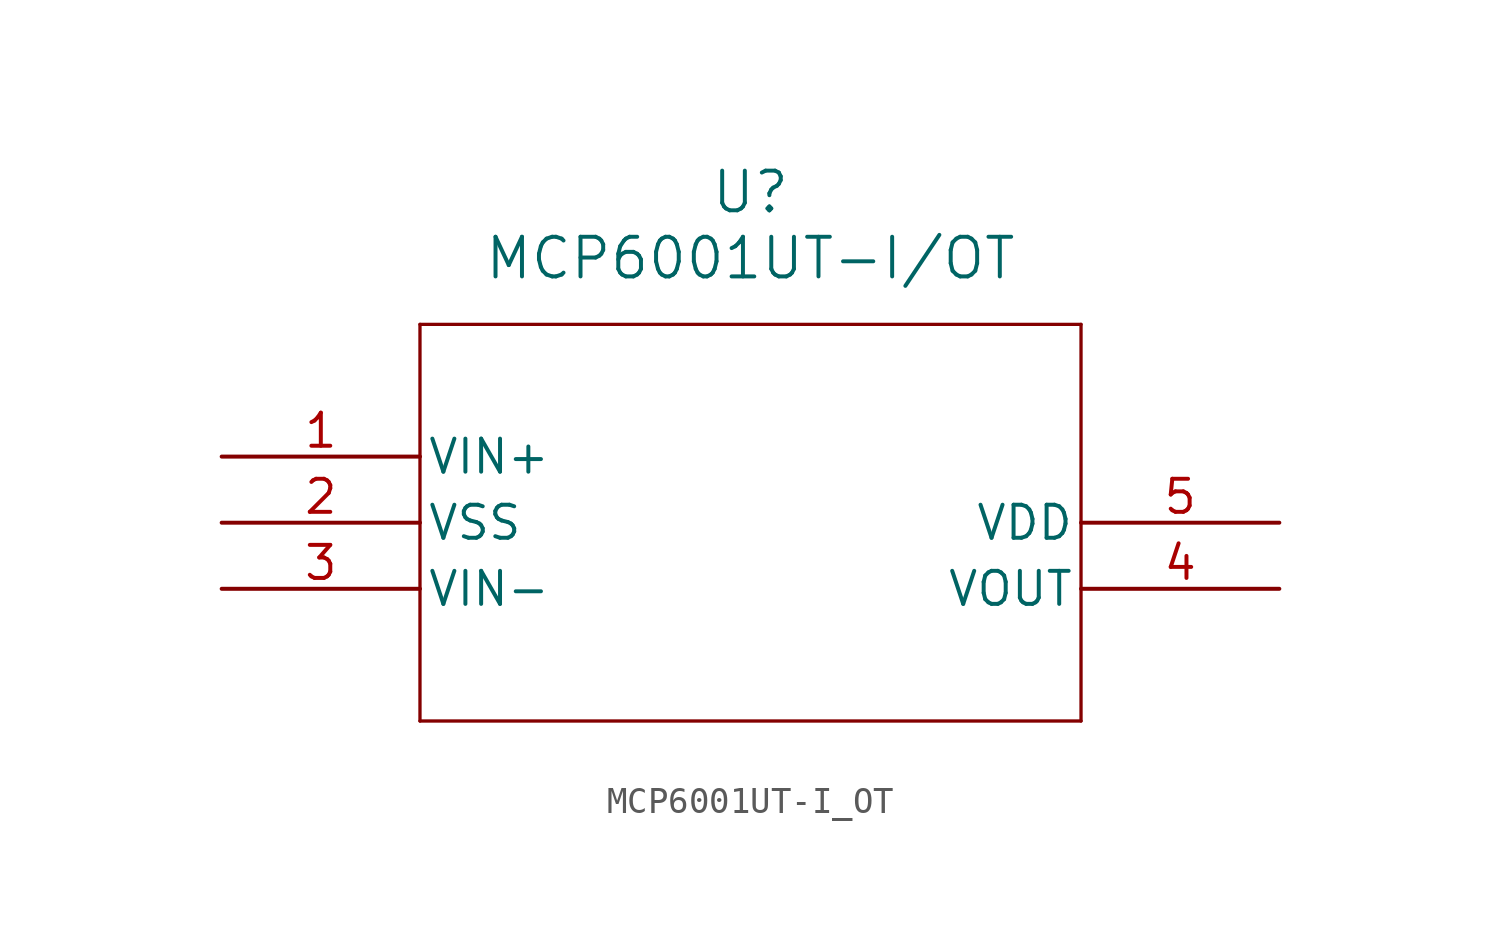
<source format=kicad_sym>
(kicad_symbol_lib
  (version 20231120)
  (generator "kicad_symbol_editor")
  (generator_version "8.0")
  (symbol "MCP6001UT-I_OT"
    (pin_names
      (offset 0.254))
    (property "Reference" "U"
      (at 20.32 10.16 0)
      (effects (font (size 1.524 1.524))))
    (property "Value" "MCP6001UT-I/OT"
      (at 20.32 7.62 0)
      (effects (font (size 1.524 1.524))))
    (property "ki_locked" ""
      (at 0 0 0)
      (effects (font (size 1.27 1.27))))
    (symbol "MCP6001UT-I_OT_0_1"
      (polyline (pts (xy 7.62 -10.16) (xy 33.02 -10.16)) (stroke (width 0.127) (type default)) (fill (type none)))
      (polyline (pts (xy 7.62 5.08) (xy 7.62 -10.16)) (stroke (width 0.127) (type default)) (fill (type none)))
      (polyline (pts (xy 33.02 -10.16) (xy 33.02 5.08)) (stroke (width 0.127) (type default)) (fill (type none)))
      (polyline (pts (xy 33.02 5.08) (xy 7.62 5.08)) (stroke (width 0.127) (type default)) (fill (type none)))
      (pin input line (at 0 0 0) (length 7.62) (name "VIN+" (effects (font (size 1.27 1.27)))) (number "1" (effects (font (size 1.27 1.27)))))
      (pin power_in line (at 0 -2.54 0) (length 7.62) (name "VSS" (effects (font (size 1.27 1.27)))) (number "2" (effects (font (size 1.27 1.27)))))
      (pin input line (at 0 -5.08 0) (length 7.62) (name "VIN-" (effects (font (size 1.27 1.27)))) (number "3" (effects (font (size 1.27 1.27)))))
      (pin output line (at 40.64 -5.08 180) (length 7.62) (name "VOUT" (effects (font (size 1.27 1.27)))) (number "4" (effects (font (size 1.27 1.27)))))
      (pin power_in line (at 40.64 -2.54 180) (length 7.62) (name "VDD" (effects (font (size 1.27 1.27)))) (number "5" (effects (font (size 1.27 1.27))))))))
</source>
